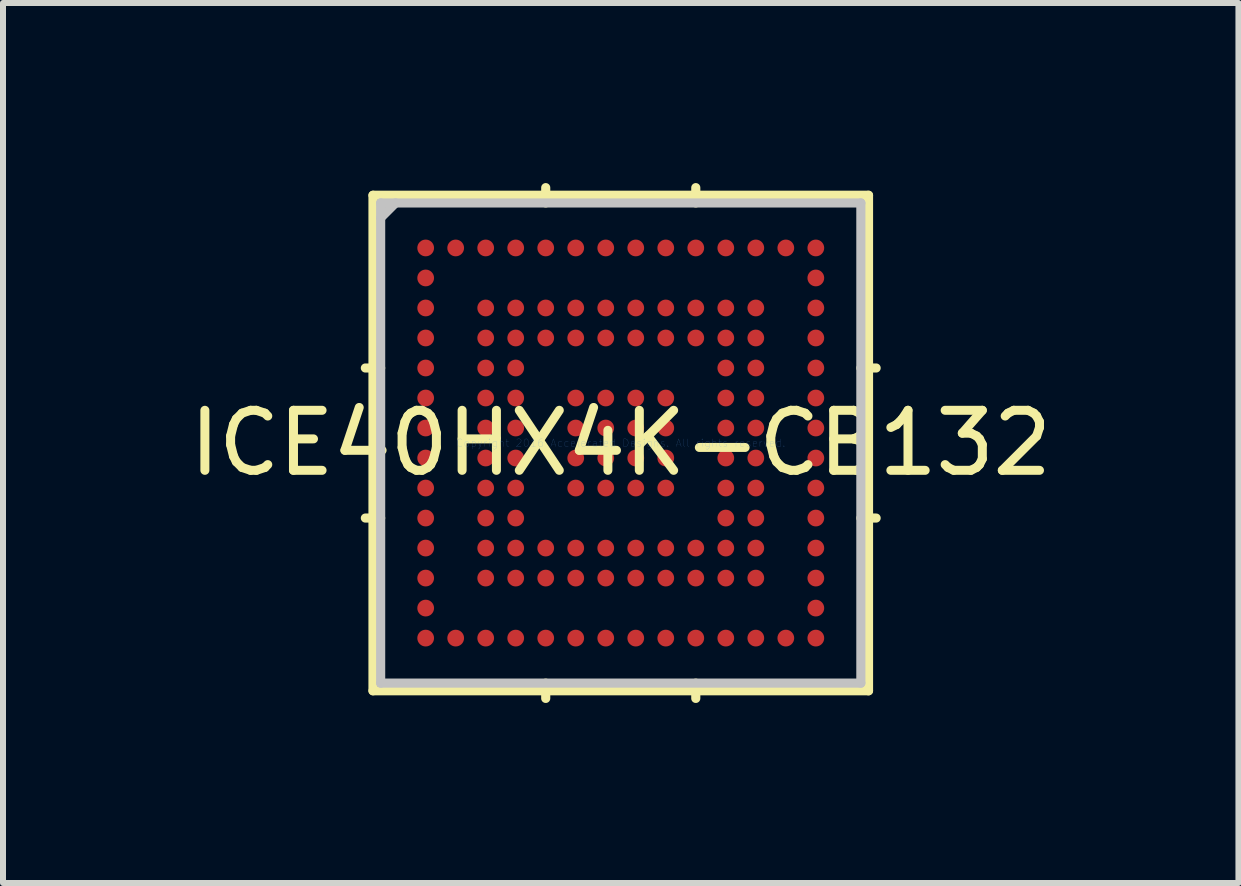
<source format=kicad_pcb>
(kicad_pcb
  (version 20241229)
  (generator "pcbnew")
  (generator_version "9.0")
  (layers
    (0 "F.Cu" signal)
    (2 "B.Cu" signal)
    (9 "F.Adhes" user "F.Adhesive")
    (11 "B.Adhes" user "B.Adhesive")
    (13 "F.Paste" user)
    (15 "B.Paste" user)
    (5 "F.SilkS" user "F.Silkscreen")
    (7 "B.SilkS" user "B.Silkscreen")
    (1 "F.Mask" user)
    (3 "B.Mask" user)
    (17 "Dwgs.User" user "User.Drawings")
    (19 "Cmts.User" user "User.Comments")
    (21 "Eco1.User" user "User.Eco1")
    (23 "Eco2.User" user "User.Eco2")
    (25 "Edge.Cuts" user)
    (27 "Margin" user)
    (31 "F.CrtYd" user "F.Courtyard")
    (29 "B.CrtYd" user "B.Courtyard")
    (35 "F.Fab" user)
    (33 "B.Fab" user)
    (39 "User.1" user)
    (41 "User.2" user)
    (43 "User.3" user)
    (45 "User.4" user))
  (footprint "ICE40HX4K-CB132"
    (layer "F.Cu")
    (at 7.292 4.331)
    (property "Reference" "ICE40HX4K-CB132" (at 0 0 0) (layer "F.SilkS") (effects (font (size 1 1) (thickness 0.15))))
    (attr through_hole)
    (fp_line (start -4.128 -4.128) (end -4.128 4.128) (stroke (width 0.152) (type solid)) (layer "F.SilkS"))
    (fp_line (start -4.128 4.128) (end 4.128 4.128) (stroke (width 0.152) (type solid)) (layer "F.SilkS"))
    (fp_line (start -4 -1.25) (end -4.255 -1.25) (stroke (width 0.152) (type solid)) (layer "F.SilkS"))
    (fp_line (start -4 1.25) (end -4.255 1.25) (stroke (width 0.152) (type solid)) (layer "F.SilkS"))
    (fp_line (start -1.25 -4) (end -1.25 -4.255) (stroke (width 0.152) (type solid)) (layer "F.SilkS"))
    (fp_line (start -1.25 4) (end -1.25 4.255) (stroke (width 0.152) (type solid)) (layer "F.SilkS"))
    (fp_line (start 1.25 -4) (end 1.25 -4.255) (stroke (width 0.152) (type solid)) (layer "F.SilkS"))
    (fp_line (start 1.25 4) (end 1.25 4.255) (stroke (width 0.152) (type solid)) (layer "F.SilkS"))
    (fp_line (start 4 -1.25) (end 4.255 -1.25) (stroke (width 0.152) (type solid)) (layer "F.SilkS"))
    (fp_line (start 4 1.25) (end 4.255 1.25) (stroke (width 0.152) (type solid)) (layer "F.SilkS"))
    (fp_line (start 4.128 -4.128) (end -4.128 -4.128) (stroke (width 0.152) (type solid)) (layer "F.SilkS"))
    (fp_line (start 4.128 4.128) (end 4.128 -4.128) (stroke (width 0.152) (type solid)) (layer "F.SilkS"))
    (fp_line (start -4 -4) (end -4 4) (stroke (width 0.152) (type solid)) (layer "Dwgs.User"))
    (fp_line (start -4 4) (end 4 4) (stroke (width 0.152) (type solid)) (layer "Dwgs.User"))
    (fp_line (start -3.751 -4) (end -4 -3.751) (stroke (width 0.152) (type solid)) (layer "Dwgs.User"))
    (fp_line (start 4 -4) (end -4 -4) (stroke (width 0.152) (type solid)) (layer "Dwgs.User"))
    (fp_line (start 4 4) (end 4 -4) (stroke (width 0.152) (type solid)) (layer "Dwgs.User"))
    (fp_text user "Copyright 2016 Accelerated Designs. All rights reserved." (at 0 0 0) (layer "Cmts.User") (effects (font (size 0.127 0.127) (thickness 0.002))))
    (pad "" smd circle (at -3.25 -3.25) (size 0.001 0.001) (layers "F.Mask"))
    (pad "" smd rect (at -3.25 -3.25) (size 0.001 0.001) (layers "F.Paste"))
    (pad "" smd circle (at -3.25 -2.75) (size 0.001 0.001) (layers "F.Mask"))
    (pad "" smd rect (at -3.25 -2.75) (size 0.001 0.001) (layers "F.Paste"))
    (pad "" smd circle (at -3.25 -2.25) (size 0.001 0.001) (layers "F.Mask"))
    (pad "" smd rect (at -3.25 -2.25) (size 0.001 0.001) (layers "F.Paste"))
    (pad "" smd circle (at -3.25 -1.75) (size 0.001 0.001) (layers "F.Mask"))
    (pad "" smd rect (at -3.25 -1.75) (size 0.001 0.001) (layers "F.Paste"))
    (pad "" smd circle (at -3.25 -1.25) (size 0.001 0.001) (layers "F.Mask"))
    (pad "" smd rect (at -3.25 -1.25) (size 0.001 0.001) (layers "F.Paste"))
    (pad "" smd circle (at -3.25 -0.75) (size 0.001 0.001) (layers "F.Mask"))
    (pad "" smd rect (at -3.25 -0.75) (size 0.001 0.001) (layers "F.Paste"))
    (pad "" smd circle (at -3.25 -0.25) (size 0.001 0.001) (layers "F.Mask"))
    (pad "" smd rect (at -3.25 -0.25) (size 0.001 0.001) (layers "F.Paste"))
    (pad "" smd circle (at -3.25 0.25) (size 0.001 0.001) (layers "F.Mask"))
    (pad "" smd rect (at -3.25 0.25) (size 0.001 0.001) (layers "F.Paste"))
    (pad "" smd circle (at -3.25 0.75) (size 0.001 0.001) (layers "F.Mask"))
    (pad "" smd rect (at -3.25 0.75) (size 0.001 0.001) (layers "F.Paste"))
    (pad "" smd circle (at -3.25 1.25) (size 0.001 0.001) (layers "F.Mask"))
    (pad "" smd rect (at -3.25 1.25) (size 0.001 0.001) (layers "F.Paste"))
    (pad "" smd circle (at -3.25 1.75) (size 0.001 0.001) (layers "F.Mask"))
    (pad "" smd rect (at -3.25 1.75) (size 0.001 0.001) (layers "F.Paste"))
    (pad "" smd circle (at -3.25 2.25) (size 0.001 0.001) (layers "F.Mask"))
    (pad "" smd rect (at -3.25 2.25) (size 0.001 0.001) (layers "F.Paste"))
    (pad "" smd circle (at -3.25 2.75) (size 0.001 0.001) (layers "F.Mask"))
    (pad "" smd rect (at -3.25 2.75) (size 0.001 0.001) (layers "F.Paste"))
    (pad "" smd circle (at -3.25 3.25) (size 0.001 0.001) (layers "F.Mask"))
    (pad "" smd rect (at -3.25 3.25) (size 0.001 0.001) (layers "F.Paste"))
    (pad "" smd circle (at -2.75 -3.25) (size 0.001 0.001) (layers "F.Mask"))
    (pad "" smd rect (at -2.75 -3.25) (size 0.001 0.001) (layers "F.Paste"))
    (pad "" smd circle (at -2.75 3.25) (size 0.001 0.001) (layers "F.Mask"))
    (pad "" smd rect (at -2.75 3.25) (size 0.001 0.001) (layers "F.Paste"))
    (pad "" smd circle (at -2.25 -3.25) (size 0.001 0.001) (layers "F.Mask"))
    (pad "" smd rect (at -2.25 -3.25) (size 0.001 0.001) (layers "F.Paste"))
    (pad "" smd circle (at -2.25 -2.25) (size 0.001 0.001) (layers "F.Mask"))
    (pad "" smd rect (at -2.25 -2.25) (size 0.001 0.001) (layers "F.Paste"))
    (pad "" smd circle (at -2.25 -1.75) (size 0.001 0.001) (layers "F.Mask"))
    (pad "" smd rect (at -2.25 -1.75) (size 0.001 0.001) (layers "F.Paste"))
    (pad "" smd circle (at -2.25 -1.25) (size 0.001 0.001) (layers "F.Mask"))
    (pad "" smd rect (at -2.25 -1.25) (size 0.001 0.001) (layers "F.Paste"))
    (pad "" smd circle (at -2.25 -0.75) (size 0.001 0.001) (layers "F.Mask"))
    (pad "" smd rect (at -2.25 -0.75) (size 0.001 0.001) (layers "F.Paste"))
    (pad "" smd circle (at -2.25 -0.25) (size 0.001 0.001) (layers "F.Mask"))
    (pad "" smd rect (at -2.25 -0.25) (size 0.001 0.001) (layers "F.Paste"))
    (pad "" smd circle (at -2.25 0.25) (size 0.001 0.001) (layers "F.Mask"))
    (pad "" smd rect (at -2.25 0.25) (size 0.001 0.001) (layers "F.Paste"))
    (pad "" smd circle (at -2.25 0.75) (size 0.001 0.001) (layers "F.Mask"))
    (pad "" smd rect (at -2.25 0.75) (size 0.001 0.001) (layers "F.Paste"))
    (pad "" smd circle (at -2.25 1.25) (size 0.001 0.001) (layers "F.Mask"))
    (pad "" smd rect (at -2.25 1.25) (size 0.001 0.001) (layers "F.Paste"))
    (pad "" smd circle (at -2.25 1.75) (size 0.001 0.001) (layers "F.Mask"))
    (pad "" smd rect (at -2.25 1.75) (size 0.001 0.001) (layers "F.Paste"))
    (pad "" smd circle (at -2.25 2.25) (size 0.001 0.001) (layers "F.Mask"))
    (pad "" smd rect (at -2.25 2.25) (size 0.001 0.001) (layers "F.Paste"))
    (pad "" smd circle (at -2.25 3.25) (size 0.001 0.001) (layers "F.Mask"))
    (pad "" smd rect (at -2.25 3.25) (size 0.001 0.001) (layers "F.Paste"))
    (pad "" smd circle (at -1.75 -3.25) (size 0.001 0.001) (layers "F.Mask"))
    (pad "" smd rect (at -1.75 -3.25) (size 0.001 0.001) (layers "F.Paste"))
    (pad "" smd circle (at -1.75 -2.25) (size 0.001 0.001) (layers "F.Mask"))
    (pad "" smd rect (at -1.75 -2.25) (size 0.001 0.001) (layers "F.Paste"))
    (pad "" smd circle (at -1.75 -1.75) (size 0.001 0.001) (layers "F.Mask"))
    (pad "" smd rect (at -1.75 -1.75) (size 0.001 0.001) (layers "F.Paste"))
    (pad "" smd circle (at -1.75 -1.25) (size 0.001 0.001) (layers "F.Mask"))
    (pad "" smd rect (at -1.75 -1.25) (size 0.001 0.001) (layers "F.Paste"))
    (pad "" smd circle (at -1.75 -0.75) (size 0.001 0.001) (layers "F.Mask"))
    (pad "" smd rect (at -1.75 -0.75) (size 0.001 0.001) (layers "F.Paste"))
    (pad "" smd circle (at -1.75 -0.25) (size 0.001 0.001) (layers "F.Mask"))
    (pad "" smd rect (at -1.75 -0.25) (size 0.001 0.001) (layers "F.Paste"))
    (pad "" smd circle (at -1.75 0.25) (size 0.001 0.001) (layers "F.Mask"))
    (pad "" smd rect (at -1.75 0.25) (size 0.001 0.001) (layers "F.Paste"))
    (pad "" smd circle (at -1.75 0.75) (size 0.001 0.001) (layers "F.Mask"))
    (pad "" smd rect (at -1.75 0.75) (size 0.001 0.001) (layers "F.Paste"))
    (pad "" smd circle (at -1.75 1.25) (size 0.001 0.001) (layers "F.Mask"))
    (pad "" smd rect (at -1.75 1.25) (size 0.001 0.001) (layers "F.Paste"))
    (pad "" smd circle (at -1.75 1.75) (size 0.001 0.001) (layers "F.Mask"))
    (pad "" smd rect (at -1.75 1.75) (size 0.001 0.001) (layers "F.Paste"))
    (pad "" smd circle (at -1.75 2.25) (size 0.001 0.001) (layers "F.Mask"))
    (pad "" smd rect (at -1.75 2.25) (size 0.001 0.001) (layers "F.Paste"))
    (pad "" smd circle (at -1.75 3.25) (size 0.001 0.001) (layers "F.Mask"))
    (pad "" smd rect (at -1.75 3.25) (size 0.001 0.001) (layers "F.Paste"))
    (pad "" smd circle (at -1.25 -3.25) (size 0.001 0.001) (layers "F.Mask"))
    (pad "" smd rect (at -1.25 -3.25) (size 0.001 0.001) (layers "F.Paste"))
    (pad "" smd circle (at -1.25 -2.25) (size 0.001 0.001) (layers "F.Mask"))
    (pad "" smd rect (at -1.25 -2.25) (size 0.001 0.001) (layers "F.Paste"))
    (pad "" smd circle (at -1.25 -1.75) (size 0.001 0.001) (layers "F.Mask"))
    (pad "" smd rect (at -1.25 -1.75) (size 0.001 0.001) (layers "F.Paste"))
    (pad "" smd circle (at -1.25 1.75) (size 0.001 0.001) (layers "F.Mask"))
    (pad "" smd rect (at -1.25 1.75) (size 0.001 0.001) (layers "F.Paste"))
    (pad "" smd circle (at -1.25 2.25) (size 0.001 0.001) (layers "F.Mask"))
    (pad "" smd rect (at -1.25 2.25) (size 0.001 0.001) (layers "F.Paste"))
    (pad "" smd circle (at -1.25 3.25) (size 0.001 0.001) (layers "F.Mask"))
    (pad "" smd rect (at -1.25 3.25) (size 0.001 0.001) (layers "F.Paste"))
    (pad "" smd circle (at -0.75 -3.25) (size 0.001 0.001) (layers "F.Mask"))
    (pad "" smd rect (at -0.75 -3.25) (size 0.001 0.001) (layers "F.Paste"))
    (pad "" smd circle (at -0.75 -2.25) (size 0.001 0.001) (layers "F.Mask"))
    (pad "" smd rect (at -0.75 -2.25) (size 0.001 0.001) (layers "F.Paste"))
    (pad "" smd circle (at -0.75 -1.75) (size 0.001 0.001) (layers "F.Mask"))
    (pad "" smd rect (at -0.75 -1.75) (size 0.001 0.001) (layers "F.Paste"))
    (pad "" smd circle (at -0.75 -0.75) (size 0.001 0.001) (layers "F.Mask"))
    (pad "" smd rect (at -0.75 -0.75) (size 0.001 0.001) (layers "F.Paste"))
    (pad "" smd circle (at -0.75 -0.25) (size 0.001 0.001) (layers "F.Mask"))
    (pad "" smd rect (at -0.75 -0.25) (size 0.001 0.001) (layers "F.Paste"))
    (pad "" smd circle (at -0.75 0.25) (size 0.001 0.001) (layers "F.Mask"))
    (pad "" smd rect (at -0.75 0.25) (size 0.001 0.001) (layers "F.Paste"))
    (pad "" smd circle (at -0.75 0.75) (size 0.001 0.001) (layers "F.Mask"))
    (pad "" smd rect (at -0.75 0.75) (size 0.001 0.001) (layers "F.Paste"))
    (pad "" smd circle (at -0.75 1.75) (size 0.001 0.001) (layers "F.Mask"))
    (pad "" smd rect (at -0.75 1.75) (size 0.001 0.001) (layers "F.Paste"))
    (pad "" smd circle (at -0.75 2.25) (size 0.001 0.001) (layers "F.Mask"))
    (pad "" smd rect (at -0.75 2.25) (size 0.001 0.001) (layers "F.Paste"))
    (pad "" smd circle (at -0.75 3.25) (size 0.001 0.001) (layers "F.Mask"))
    (pad "" smd rect (at -0.75 3.25) (size 0.001 0.001) (layers "F.Paste"))
    (pad "" smd circle (at -0.25 -3.25) (size 0.001 0.001) (layers "F.Mask"))
    (pad "" smd rect (at -0.25 -3.25) (size 0.001 0.001) (layers "F.Paste"))
    (pad "" smd circle (at -0.25 -2.25) (size 0.001 0.001) (layers "F.Mask"))
    (pad "" smd rect (at -0.25 -2.25) (size 0.001 0.001) (layers "F.Paste"))
    (pad "" smd circle (at -0.25 -1.75) (size 0.001 0.001) (layers "F.Mask"))
    (pad "" smd rect (at -0.25 -1.75) (size 0.001 0.001) (layers "F.Paste"))
    (pad "" smd circle (at -0.25 -0.75) (size 0.001 0.001) (layers "F.Mask"))
    (pad "" smd rect (at -0.25 -0.75) (size 0.001 0.001) (layers "F.Paste"))
    (pad "" smd circle (at -0.25 -0.25) (size 0.001 0.001) (layers "F.Mask"))
    (pad "" smd rect (at -0.25 -0.25) (size 0.001 0.001) (layers "F.Paste"))
    (pad "" smd circle (at -0.25 0.25) (size 0.001 0.001) (layers "F.Mask"))
    (pad "" smd rect (at -0.25 0.25) (size 0.001 0.001) (layers "F.Paste"))
    (pad "" smd circle (at -0.25 0.75) (size 0.001 0.001) (layers "F.Mask"))
    (pad "" smd rect (at -0.25 0.75) (size 0.001 0.001) (layers "F.Paste"))
    (pad "" smd circle (at -0.25 1.75) (size 0.001 0.001) (layers "F.Mask"))
    (pad "" smd rect (at -0.25 1.75) (size 0.001 0.001) (layers "F.Paste"))
    (pad "" smd circle (at -0.25 2.25) (size 0.001 0.001) (layers "F.Mask"))
    (pad "" smd rect (at -0.25 2.25) (size 0.001 0.001) (layers "F.Paste"))
    (pad "" smd circle (at -0.25 3.25) (size 0.001 0.001) (layers "F.Mask"))
    (pad "" smd rect (at -0.25 3.25) (size 0.001 0.001) (layers "F.Paste"))
    (pad "" smd circle (at 0.25 -3.25) (size 0.001 0.001) (layers "F.Mask"))
    (pad "" smd rect (at 0.25 -3.25) (size 0.001 0.001) (layers "F.Paste"))
    (pad "" smd circle (at 0.25 -2.25) (size 0.001 0.001) (layers "F.Mask"))
    (pad "" smd rect (at 0.25 -2.25) (size 0.001 0.001) (layers "F.Paste"))
    (pad "" smd circle (at 0.25 -1.75) (size 0.001 0.001) (layers "F.Mask"))
    (pad "" smd rect (at 0.25 -1.75) (size 0.001 0.001) (layers "F.Paste"))
    (pad "" smd circle (at 0.25 -0.75) (size 0.001 0.001) (layers "F.Mask"))
    (pad "" smd rect (at 0.25 -0.75) (size 0.001 0.001) (layers "F.Paste"))
    (pad "" smd circle (at 0.25 -0.25) (size 0.001 0.001) (layers "F.Mask"))
    (pad "" smd rect (at 0.25 -0.25) (size 0.001 0.001) (layers "F.Paste"))
    (pad "" smd circle (at 0.25 0.25) (size 0.001 0.001) (layers "F.Mask"))
    (pad "" smd rect (at 0.25 0.25) (size 0.001 0.001) (layers "F.Paste"))
    (pad "" smd circle (at 0.25 0.75) (size 0.001 0.001) (layers "F.Mask"))
    (pad "" smd rect (at 0.25 0.75) (size 0.001 0.001) (layers "F.Paste"))
    (pad "" smd circle (at 0.25 1.75) (size 0.001 0.001) (layers "F.Mask"))
    (pad "" smd rect (at 0.25 1.75) (size 0.001 0.001) (layers "F.Paste"))
    (pad "" smd circle (at 0.25 2.25) (size 0.001 0.001) (layers "F.Mask"))
    (pad "" smd rect (at 0.25 2.25) (size 0.001 0.001) (layers "F.Paste"))
    (pad "" smd circle (at 0.25 3.25) (size 0.001 0.001) (layers "F.Mask"))
    (pad "" smd rect (at 0.25 3.25) (size 0.001 0.001) (layers "F.Paste"))
    (pad "" smd circle (at 0.75 -3.25) (size 0.001 0.001) (layers "F.Mask"))
    (pad "" smd rect (at 0.75 -3.25) (size 0.001 0.001) (layers "F.Paste"))
    (pad "" smd circle (at 0.75 -2.25) (size 0.001 0.001) (layers "F.Mask"))
    (pad "" smd rect (at 0.75 -2.25) (size 0.001 0.001) (layers "F.Paste"))
    (pad "" smd circle (at 0.75 -1.75) (size 0.001 0.001) (layers "F.Mask"))
    (pad "" smd rect (at 0.75 -1.75) (size 0.001 0.001) (layers "F.Paste"))
    (pad "" smd circle (at 0.75 -0.75) (size 0.001 0.001) (layers "F.Mask"))
    (pad "" smd rect (at 0.75 -0.75) (size 0.001 0.001) (layers "F.Paste"))
    (pad "" smd circle (at 0.75 -0.25) (size 0.001 0.001) (layers "F.Mask"))
    (pad "" smd rect (at 0.75 -0.25) (size 0.001 0.001) (layers "F.Paste"))
    (pad "" smd circle (at 0.75 0.25) (size 0.001 0.001) (layers "F.Mask"))
    (pad "" smd rect (at 0.75 0.25) (size 0.001 0.001) (layers "F.Paste"))
    (pad "" smd circle (at 0.75 0.75) (size 0.001 0.001) (layers "F.Mask"))
    (pad "" smd rect (at 0.75 0.75) (size 0.001 0.001) (layers "F.Paste"))
    (pad "" smd circle (at 0.75 1.75) (size 0.001 0.001) (layers "F.Mask"))
    (pad "" smd rect (at 0.75 1.75) (size 0.001 0.001) (layers "F.Paste"))
    (pad "" smd circle (at 0.75 2.25) (size 0.001 0.001) (layers "F.Mask"))
    (pad "" smd rect (at 0.75 2.25) (size 0.001 0.001) (layers "F.Paste"))
    (pad "" smd circle (at 0.75 3.25) (size 0.001 0.001) (layers "F.Mask"))
    (pad "" smd rect (at 0.75 3.25) (size 0.001 0.001) (layers "F.Paste"))
    (pad "" smd circle (at 1.25 -3.25) (size 0.001 0.001) (layers "F.Mask"))
    (pad "" smd rect (at 1.25 -3.25) (size 0.001 0.001) (layers "F.Paste"))
    (pad "" smd circle (at 1.25 -2.25) (size 0.001 0.001) (layers "F.Mask"))
    (pad "" smd rect (at 1.25 -2.25) (size 0.001 0.001) (layers "F.Paste"))
    (pad "" smd circle (at 1.25 -1.75) (size 0.001 0.001) (layers "F.Mask"))
    (pad "" smd rect (at 1.25 -1.75) (size 0.001 0.001) (layers "F.Paste"))
    (pad "" smd circle (at 1.25 1.75) (size 0.001 0.001) (layers "F.Mask"))
    (pad "" smd rect (at 1.25 1.75) (size 0.001 0.001) (layers "F.Paste"))
    (pad "" smd circle (at 1.25 2.25) (size 0.001 0.001) (layers "F.Mask"))
    (pad "" smd rect (at 1.25 2.25) (size 0.001 0.001) (layers "F.Paste"))
    (pad "" smd circle (at 1.25 3.25) (size 0.001 0.001) (layers "F.Mask"))
    (pad "" smd rect (at 1.25 3.25) (size 0.001 0.001) (layers "F.Paste"))
    (pad "" smd circle (at 1.75 -3.25) (size 0.001 0.001) (layers "F.Mask"))
    (pad "" smd rect (at 1.75 -3.25) (size 0.001 0.001) (layers "F.Paste"))
    (pad "" smd circle (at 1.75 -2.25) (size 0.001 0.001) (layers "F.Mask"))
    (pad "" smd rect (at 1.75 -2.25) (size 0.001 0.001) (layers "F.Paste"))
    (pad "" smd circle (at 1.75 -1.75) (size 0.001 0.001) (layers "F.Mask"))
    (pad "" smd rect (at 1.75 -1.75) (size 0.001 0.001) (layers "F.Paste"))
    (pad "" smd circle (at 1.75 -1.25) (size 0.001 0.001) (layers "F.Mask"))
    (pad "" smd rect (at 1.75 -1.25) (size 0.001 0.001) (layers "F.Paste"))
    (pad "" smd circle (at 1.75 -0.75) (size 0.001 0.001) (layers "F.Mask"))
    (pad "" smd rect (at 1.75 -0.75) (size 0.001 0.001) (layers "F.Paste"))
    (pad "" smd circle (at 1.75 -0.25) (size 0.001 0.001) (layers "F.Mask"))
    (pad "" smd rect (at 1.75 -0.25) (size 0.001 0.001) (layers "F.Paste"))
    (pad "" smd circle (at 1.75 0.25) (size 0.001 0.001) (layers "F.Mask"))
    (pad "" smd rect (at 1.75 0.25) (size 0.001 0.001) (layers "F.Paste"))
    (pad "" smd circle (at 1.75 0.75) (size 0.001 0.001) (layers "F.Mask"))
    (pad "" smd rect (at 1.75 0.75) (size 0.001 0.001) (layers "F.Paste"))
    (pad "" smd circle (at 1.75 1.25) (size 0.001 0.001) (layers "F.Mask"))
    (pad "" smd rect (at 1.75 1.25) (size 0.001 0.001) (layers "F.Paste"))
    (pad "" smd circle (at 1.75 1.75) (size 0.001 0.001) (layers "F.Mask"))
    (pad "" smd rect (at 1.75 1.75) (size 0.001 0.001) (layers "F.Paste"))
    (pad "" smd circle (at 1.75 2.25) (size 0.001 0.001) (layers "F.Mask"))
    (pad "" smd rect (at 1.75 2.25) (size 0.001 0.001) (layers "F.Paste"))
    (pad "" smd circle (at 1.75 3.25) (size 0.001 0.001) (layers "F.Mask"))
    (pad "" smd rect (at 1.75 3.25) (size 0.001 0.001) (layers "F.Paste"))
    (pad "" smd circle (at 2.25 -3.25) (size 0.001 0.001) (layers "F.Mask"))
    (pad "" smd rect (at 2.25 -3.25) (size 0.001 0.001) (layers "F.Paste"))
    (pad "" smd circle (at 2.25 -2.25) (size 0.001 0.001) (layers "F.Mask"))
    (pad "" smd rect (at 2.25 -2.25) (size 0.001 0.001) (layers "F.Paste"))
    (pad "" smd circle (at 2.25 -1.75) (size 0.001 0.001) (layers "F.Mask"))
    (pad "" smd rect (at 2.25 -1.75) (size 0.001 0.001) (layers "F.Paste"))
    (pad "" smd circle (at 2.25 -1.25) (size 0.001 0.001) (layers "F.Mask"))
    (pad "" smd rect (at 2.25 -1.25) (size 0.001 0.001) (layers "F.Paste"))
    (pad "" smd circle (at 2.25 -0.75) (size 0.001 0.001) (layers "F.Mask"))
    (pad "" smd rect (at 2.25 -0.75) (size 0.001 0.001) (layers "F.Paste"))
    (pad "" smd circle (at 2.25 -0.25) (size 0.001 0.001) (layers "F.Mask"))
    (pad "" smd rect (at 2.25 -0.25) (size 0.001 0.001) (layers "F.Paste"))
    (pad "" smd circle (at 2.25 0.25) (size 0.001 0.001) (layers "F.Mask"))
    (pad "" smd rect (at 2.25 0.25) (size 0.001 0.001) (layers "F.Paste"))
    (pad "" smd circle (at 2.25 0.75) (size 0.001 0.001) (layers "F.Mask"))
    (pad "" smd rect (at 2.25 0.75) (size 0.001 0.001) (layers "F.Paste"))
    (pad "" smd circle (at 2.25 1.25) (size 0.001 0.001) (layers "F.Mask"))
    (pad "" smd rect (at 2.25 1.25) (size 0.001 0.001) (layers "F.Paste"))
    (pad "" smd circle (at 2.25 1.75) (size 0.001 0.001) (layers "F.Mask"))
    (pad "" smd rect (at 2.25 1.75) (size 0.001 0.001) (layers "F.Paste"))
    (pad "" smd circle (at 2.25 2.25) (size 0.001 0.001) (layers "F.Mask"))
    (pad "" smd rect (at 2.25 2.25) (size 0.001 0.001) (layers "F.Paste"))
    (pad "" smd circle (at 2.25 3.25) (size 0.001 0.001) (layers "F.Mask"))
    (pad "" smd rect (at 2.25 3.25) (size 0.001 0.001) (layers "F.Paste"))
    (pad "" smd circle (at 2.75 -3.25) (size 0.001 0.001) (layers "F.Mask"))
    (pad "" smd rect (at 2.75 -3.25) (size 0.001 0.001) (layers "F.Paste"))
    (pad "" smd circle (at 2.75 3.25) (size 0.001 0.001) (layers "F.Mask"))
    (pad "" smd rect (at 2.75 3.25) (size 0.001 0.001) (layers "F.Paste"))
    (pad "" smd circle (at 3.25 -3.25) (size 0.001 0.001) (layers "F.Mask"))
    (pad "" smd rect (at 3.25 -3.25) (size 0.001 0.001) (layers "F.Paste"))
    (pad "" smd circle (at 3.25 -2.75) (size 0.001 0.001) (layers "F.Mask"))
    (pad "" smd rect (at 3.25 -2.75) (size 0.001 0.001) (layers "F.Paste"))
    (pad "" smd circle (at 3.25 -2.25) (size 0.001 0.001) (layers "F.Mask"))
    (pad "" smd rect (at 3.25 -2.25) (size 0.001 0.001) (layers "F.Paste"))
    (pad "" smd circle (at 3.25 -1.75) (size 0.001 0.001) (layers "F.Mask"))
    (pad "" smd rect (at 3.25 -1.75) (size 0.001 0.001) (layers "F.Paste"))
    (pad "" smd circle (at 3.25 -1.25) (size 0.001 0.001) (layers "F.Mask"))
    (pad "" smd rect (at 3.25 -1.25) (size 0.001 0.001) (layers "F.Paste"))
    (pad "" smd circle (at 3.25 -0.75) (size 0.001 0.001) (layers "F.Mask"))
    (pad "" smd rect (at 3.25 -0.75) (size 0.001 0.001) (layers "F.Paste"))
    (pad "" smd circle (at 3.25 -0.25) (size 0.001 0.001) (layers "F.Mask"))
    (pad "" smd rect (at 3.25 -0.25) (size 0.001 0.001) (layers "F.Paste"))
    (pad "" smd circle (at 3.25 0.25) (size 0.001 0.001) (layers "F.Mask"))
    (pad "" smd rect (at 3.25 0.25) (size 0.001 0.001) (layers "F.Paste"))
    (pad "" smd circle (at 3.25 0.75) (size 0.001 0.001) (layers "F.Mask"))
    (pad "" smd rect (at 3.25 0.75) (size 0.001 0.001) (layers "F.Paste"))
    (pad "" smd circle (at 3.25 1.25) (size 0.001 0.001) (layers "F.Mask"))
    (pad "" smd rect (at 3.25 1.25) (size 0.001 0.001) (layers "F.Paste"))
    (pad "" smd circle (at 3.25 1.75) (size 0.001 0.001) (layers "F.Mask"))
    (pad "" smd rect (at 3.25 1.75) (size 0.001 0.001) (layers "F.Paste"))
    (pad "" smd circle (at 3.25 2.25) (size 0.001 0.001) (layers "F.Mask"))
    (pad "" smd rect (at 3.25 2.25) (size 0.001 0.001) (layers "F.Paste"))
    (pad "" smd circle (at 3.25 2.75) (size 0.001 0.001) (layers "F.Mask"))
    (pad "" smd rect (at 3.25 2.75) (size 0.001 0.001) (layers "F.Paste"))
    (pad "" smd circle (at 3.25 3.25) (size 0.001 0.001) (layers "F.Mask"))
    (pad "" smd rect (at 3.25 3.25) (size 0.001 0.001) (layers "F.Paste"))
    (pad "A1" smd circle (at -3.25 -3.25) (size 0.279 0.279) (layers "F.Cu"))
    (pad "A2" smd circle (at -2.75 -3.25) (size 0.279 0.279) (layers "F.Cu"))
    (pad "A3" smd circle (at -2.25 -3.25) (size 0.279 0.279) (layers "F.Cu"))
    (pad "A4" smd circle (at -1.75 -3.25) (size 0.279 0.279) (layers "F.Cu"))
    (pad "A5" smd circle (at -1.25 -3.25) (size 0.279 0.279) (layers "F.Cu"))
    (pad "A6" smd circle (at -0.75 -3.25) (size 0.279 0.279) (layers "F.Cu"))
    (pad "A7" smd circle (at -0.25 -3.25) (size 0.279 0.279) (layers "F.Cu"))
    (pad "A8" smd circle (at 0.25 -3.25) (size 0.279 0.279) (layers "F.Cu"))
    (pad "A9" smd circle (at 0.75 -3.25) (size 0.279 0.279) (layers "F.Cu"))
    (pad "A10" smd circle (at 1.25 -3.25) (size 0.279 0.279) (layers "F.Cu"))
    (pad "A11" smd circle (at 1.75 -3.25) (size 0.279 0.279) (layers "F.Cu"))
    (pad "A12" smd circle (at 2.25 -3.25) (size 0.279 0.279) (layers "F.Cu"))
    (pad "A13" smd circle (at 2.75 -3.25) (size 0.279 0.279) (layers "F.Cu"))
    (pad "A14" smd circle (at 3.25 -3.25) (size 0.279 0.279) (layers "F.Cu"))
    (pad "B1" smd circle (at -3.25 -2.75) (size 0.279 0.279) (layers "F.Cu"))
    (pad "B14" smd circle (at 3.25 -2.75) (size 0.279 0.279) (layers "F.Cu"))
    (pad "C1" smd circle (at -3.25 -2.25) (size 0.279 0.279) (layers "F.Cu"))
    (pad "C3" smd circle (at -2.25 -2.25) (size 0.279 0.279) (layers "F.Cu"))
    (pad "C4" smd circle (at -1.75 -2.25) (size 0.279 0.279) (layers "F.Cu"))
    (pad "C5" smd circle (at -1.25 -2.25) (size 0.279 0.279) (layers "F.Cu"))
    (pad "C6" smd circle (at -0.75 -2.25) (size 0.279 0.279) (layers "F.Cu"))
    (pad "C7" smd circle (at -0.25 -2.25) (size 0.279 0.279) (layers "F.Cu"))
    (pad "C8" smd circle (at 0.25 -2.25) (size 0.279 0.279) (layers "F.Cu"))
    (pad "C9" smd circle (at 0.75 -2.25) (size 0.279 0.279) (layers "F.Cu"))
    (pad "C10" smd circle (at 1.25 -2.25) (size 0.279 0.279) (layers "F.Cu"))
    (pad "C11" smd circle (at 1.75 -2.25) (size 0.279 0.279) (layers "F.Cu"))
    (pad "C12" smd circle (at 2.25 -2.25) (size 0.279 0.279) (layers "F.Cu"))
    (pad "C14" smd circle (at 3.25 -2.25) (size 0.279 0.279) (layers "F.Cu"))
    (pad "D1" smd circle (at -3.25 -1.75) (size 0.279 0.279) (layers "F.Cu"))
    (pad "D3" smd circle (at -2.25 -1.75) (size 0.279 0.279) (layers "F.Cu"))
    (pad "D4" smd circle (at -1.75 -1.75) (size 0.279 0.279) (layers "F.Cu"))
    (pad "D5" smd circle (at -1.25 -1.75) (size 0.279 0.279) (layers "F.Cu"))
    (pad "D6" smd circle (at -0.75 -1.75) (size 0.279 0.279) (layers "F.Cu"))
    (pad "D7" smd circle (at -0.25 -1.75) (size 0.279 0.279) (layers "F.Cu"))
    (pad "D8" smd circle (at 0.25 -1.75) (size 0.279 0.279) (layers "F.Cu"))
    (pad "D9" smd circle (at 0.75 -1.75) (size 0.279 0.279) (layers "F.Cu"))
    (pad "D10" smd circle (at 1.25 -1.75) (size 0.279 0.279) (layers "F.Cu"))
    (pad "D11" smd circle (at 1.75 -1.75) (size 0.279 0.279) (layers "F.Cu"))
    (pad "D12" smd circle (at 2.25 -1.75) (size 0.279 0.279) (layers "F.Cu"))
    (pad "D14" smd circle (at 3.25 -1.75) (size 0.279 0.279) (layers "F.Cu"))
    (pad "E1" smd circle (at -3.25 -1.25) (size 0.279 0.279) (layers "F.Cu"))
    (pad "E3" smd circle (at -2.25 -1.25) (size 0.279 0.279) (layers "F.Cu"))
    (pad "E4" smd circle (at -1.75 -1.25) (size 0.279 0.279) (layers "F.Cu"))
    (pad "E11" smd circle (at 1.75 -1.25) (size 0.279 0.279) (layers "F.Cu"))
    (pad "E12" smd circle (at 2.25 -1.25) (size 0.279 0.279) (layers "F.Cu"))
    (pad "E14" smd circle (at 3.25 -1.25) (size 0.279 0.279) (layers "F.Cu"))
    (pad "F1" smd circle (at -3.25 -0.75) (size 0.279 0.279) (layers "F.Cu"))
    (pad "F3" smd circle (at -2.25 -0.75) (size 0.279 0.279) (layers "F.Cu"))
    (pad "F4" smd circle (at -1.75 -0.75) (size 0.279 0.279) (layers "F.Cu"))
    (pad "F6" smd circle (at -0.75 -0.75) (size 0.279 0.279) (layers "F.Cu"))
    (pad "F7" smd circle (at -0.25 -0.75) (size 0.279 0.279) (layers "F.Cu"))
    (pad "F8" smd circle (at 0.25 -0.75) (size 0.279 0.279) (layers "F.Cu"))
    (pad "F9" smd circle (at 0.75 -0.75) (size 0.279 0.279) (layers "F.Cu"))
    (pad "F11" smd circle (at 1.75 -0.75) (size 0.279 0.279) (layers "F.Cu"))
    (pad "F12" smd circle (at 2.25 -0.75) (size 0.279 0.279) (layers "F.Cu"))
    (pad "F14" smd circle (at 3.25 -0.75) (size 0.279 0.279) (layers "F.Cu"))
    (pad "G1" smd circle (at -3.25 -0.25) (size 0.279 0.279) (layers "F.Cu"))
    (pad "G3" smd circle (at -2.25 -0.25) (size 0.279 0.279) (layers "F.Cu"))
    (pad "G4" smd circle (at -1.75 -0.25) (size 0.279 0.279) (layers "F.Cu"))
    (pad "G6" smd circle (at -0.75 -0.25) (size 0.279 0.279) (layers "F.Cu"))
    (pad "G7" smd circle (at -0.25 -0.25) (size 0.279 0.279) (layers "F.Cu"))
    (pad "G8" smd circle (at 0.25 -0.25) (size 0.279 0.279) (layers "F.Cu"))
    (pad "G9" smd circle (at 0.75 -0.25) (size 0.279 0.279) (layers "F.Cu"))
    (pad "G11" smd circle (at 1.75 -0.25) (size 0.279 0.279) (layers "F.Cu"))
    (pad "G12" smd circle (at 2.25 -0.25) (size 0.279 0.279) (layers "F.Cu"))
    (pad "G14" smd circle (at 3.25 -0.25) (size 0.279 0.279) (layers "F.Cu"))
    (pad "H1" smd circle (at -3.25 0.25) (size 0.279 0.279) (layers "F.Cu"))
    (pad "H3" smd circle (at -2.25 0.25) (size 0.279 0.279) (layers "F.Cu"))
    (pad "H4" smd circle (at -1.75 0.25) (size 0.279 0.279) (layers "F.Cu"))
    (pad "H6" smd circle (at -0.75 0.25) (size 0.279 0.279) (layers "F.Cu"))
    (pad "H7" smd circle (at -0.25 0.25) (size 0.279 0.279) (layers "F.Cu"))
    (pad "H8" smd circle (at 0.25 0.25) (size 0.279 0.279) (layers "F.Cu"))
    (pad "H9" smd circle (at 0.75 0.25) (size 0.279 0.279) (layers "F.Cu"))
    (pad "H11" smd circle (at 1.75 0.25) (size 0.279 0.279) (layers "F.Cu"))
    (pad "H12" smd circle (at 2.25 0.25) (size 0.279 0.279) (layers "F.Cu"))
    (pad "H14" smd circle (at 3.25 0.25) (size 0.279 0.279) (layers "F.Cu"))
    (pad "J1" smd circle (at -3.25 0.75) (size 0.279 0.279) (layers "F.Cu"))
    (pad "J3" smd circle (at -2.25 0.75) (size 0.279 0.279) (layers "F.Cu"))
    (pad "J4" smd circle (at -1.75 0.75) (size 0.279 0.279) (layers "F.Cu"))
    (pad "J6" smd circle (at -0.75 0.75) (size 0.279 0.279) (layers "F.Cu"))
    (pad "J7" smd circle (at -0.25 0.75) (size 0.279 0.279) (layers "F.Cu"))
    (pad "J8" smd circle (at 0.25 0.75) (size 0.279 0.279) (layers "F.Cu"))
    (pad "J9" smd circle (at 0.75 0.75) (size 0.279 0.279) (layers "F.Cu"))
    (pad "J11" smd circle (at 1.75 0.75) (size 0.279 0.279) (layers "F.Cu"))
    (pad "J12" smd circle (at 2.25 0.75) (size 0.279 0.279) (layers "F.Cu"))
    (pad "J14" smd circle (at 3.25 0.75) (size 0.279 0.279) (layers "F.Cu"))
    (pad "K1" smd circle (at -3.25 1.25) (size 0.279 0.279) (layers "F.Cu"))
    (pad "K3" smd circle (at -2.25 1.25) (size 0.279 0.279) (layers "F.Cu"))
    (pad "K4" smd circle (at -1.75 1.25) (size 0.279 0.279) (layers "F.Cu"))
    (pad "K11" smd circle (at 1.75 1.25) (size 0.279 0.279) (layers "F.Cu"))
    (pad "K12" smd circle (at 2.25 1.25) (size 0.279 0.279) (layers "F.Cu"))
    (pad "K14" smd circle (at 3.25 1.25) (size 0.279 0.279) (layers "F.Cu"))
    (pad "L1" smd circle (at -3.25 1.75) (size 0.279 0.279) (layers "F.Cu"))
    (pad "L3" smd circle (at -2.25 1.75) (size 0.279 0.279) (layers "F.Cu"))
    (pad "L4" smd circle (at -1.75 1.75) (size 0.279 0.279) (layers "F.Cu"))
    (pad "L5" smd circle (at -1.25 1.75) (size 0.279 0.279) (layers "F.Cu"))
    (pad "L6" smd circle (at -0.75 1.75) (size 0.279 0.279) (layers "F.Cu"))
    (pad "L7" smd circle (at -0.25 1.75) (size 0.279 0.279) (layers "F.Cu"))
    (pad "L8" smd circle (at 0.25 1.75) (size 0.279 0.279) (layers "F.Cu"))
    (pad "L9" smd circle (at 0.75 1.75) (size 0.279 0.279) (layers "F.Cu"))
    (pad "L10" smd circle (at 1.25 1.75) (size 0.279 0.279) (layers "F.Cu"))
    (pad "L11" smd circle (at 1.75 1.75) (size 0.279 0.279) (layers "F.Cu"))
    (pad "L12" smd circle (at 2.25 1.75) (size 0.279 0.279) (layers "F.Cu"))
    (pad "L14" smd circle (at 3.25 1.75) (size 0.279 0.279) (layers "F.Cu"))
    (pad "M1" smd circle (at -3.25 2.25) (size 0.279 0.279) (layers "F.Cu"))
    (pad "M3" smd circle (at -2.25 2.25) (size 0.279 0.279) (layers "F.Cu"))
    (pad "M4" smd circle (at -1.75 2.25) (size 0.279 0.279) (layers "F.Cu"))
    (pad "M5" smd circle (at -1.25 2.25) (size 0.279 0.279) (layers "F.Cu"))
    (pad "M6" smd circle (at -0.75 2.25) (size 0.279 0.279) (layers "F.Cu"))
    (pad "M7" smd circle (at -0.25 2.25) (size 0.279 0.279) (layers "F.Cu"))
    (pad "M8" smd circle (at 0.25 2.25) (size 0.279 0.279) (layers "F.Cu"))
    (pad "M9" smd circle (at 0.75 2.25) (size 0.279 0.279) (layers "F.Cu"))
    (pad "M10" smd circle (at 1.25 2.25) (size 0.279 0.279) (layers "F.Cu"))
    (pad "M11" smd circle (at 1.75 2.25) (size 0.279 0.279) (layers "F.Cu"))
    (pad "M12" smd circle (at 2.25 2.25) (size 0.279 0.279) (layers "F.Cu"))
    (pad "M14" smd circle (at 3.25 2.25) (size 0.279 0.279) (layers "F.Cu"))
    (pad "N1" smd circle (at -3.25 2.75) (size 0.279 0.279) (layers "F.Cu"))
    (pad "N14" smd circle (at 3.25 2.75) (size 0.279 0.279) (layers "F.Cu"))
    (pad "P1" smd circle (at -3.25 3.25) (size 0.279 0.279) (layers "F.Cu"))
    (pad "P2" smd circle (at -2.75 3.25) (size 0.279 0.279) (layers "F.Cu"))
    (pad "P3" smd circle (at -2.25 3.25) (size 0.279 0.279) (layers "F.Cu"))
    (pad "P4" smd circle (at -1.75 3.25) (size 0.279 0.279) (layers "F.Cu"))
    (pad "P5" smd circle (at -1.25 3.25) (size 0.279 0.279) (layers "F.Cu"))
    (pad "P6" smd circle (at -0.75 3.25) (size 0.279 0.279) (layers "F.Cu"))
    (pad "P7" smd circle (at -0.25 3.25) (size 0.279 0.279) (layers "F.Cu"))
    (pad "P8" smd circle (at 0.25 3.25) (size 0.279 0.279) (layers "F.Cu"))
    (pad "P9" smd circle (at 0.75 3.25) (size 0.279 0.279) (layers "F.Cu"))
    (pad "P10" smd circle (at 1.25 3.25) (size 0.279 0.279) (layers "F.Cu"))
    (pad "P11" smd circle (at 1.75 3.25) (size 0.279 0.279) (layers "F.Cu"))
    (pad "P12" smd circle (at 2.25 3.25) (size 0.279 0.279) (layers "F.Cu"))
    (pad "P13" smd circle (at 2.75 3.25) (size 0.279 0.279) (layers "F.Cu"))
    (pad "P14" smd circle (at 3.25 3.25) (size 0.279 0.279) (layers "F.Cu")))
  (gr_rect
    (start -3 -3)
    (end 17.583 11.661)
    (stroke (width 0.1) (type default))
    (fill no)
    (layer "Edge.Cuts")))
</source>
